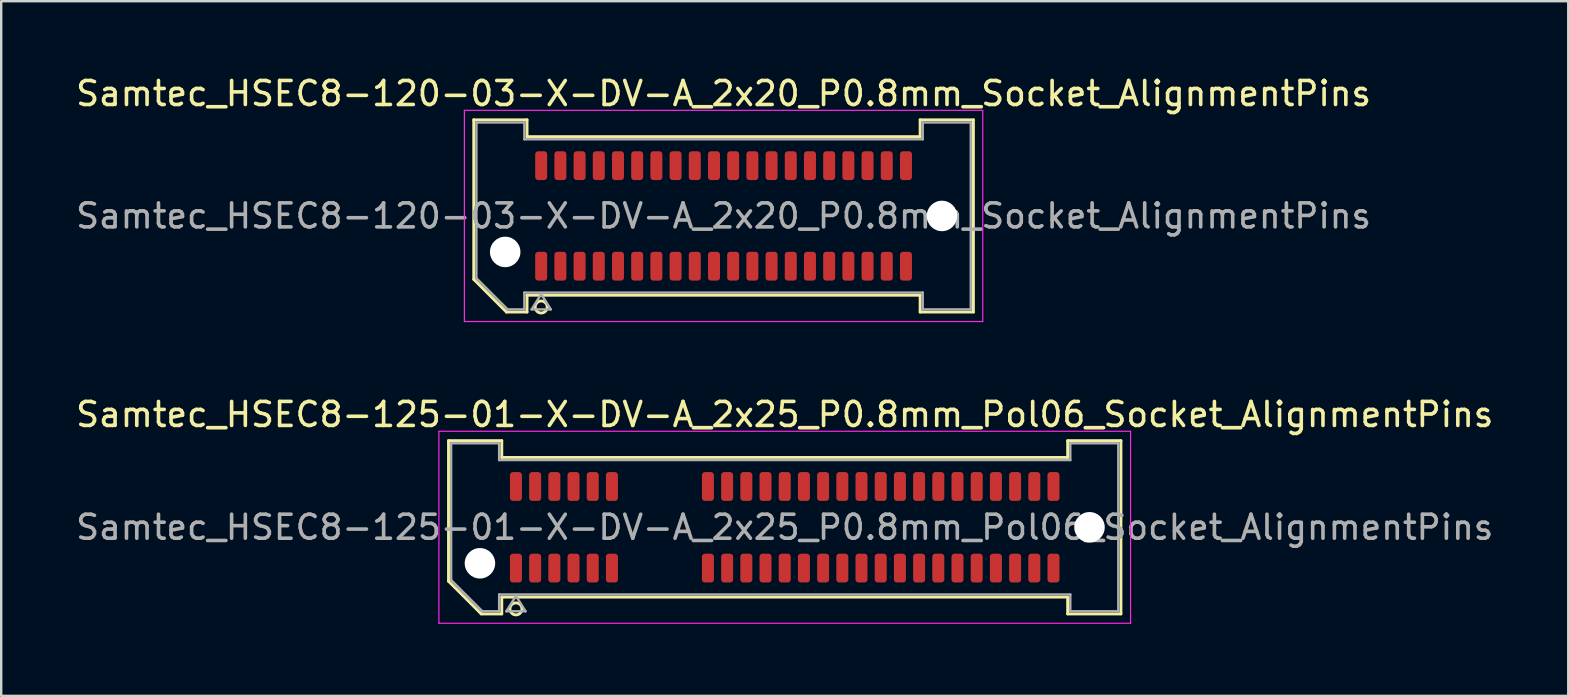
<source format=kicad_pcb>
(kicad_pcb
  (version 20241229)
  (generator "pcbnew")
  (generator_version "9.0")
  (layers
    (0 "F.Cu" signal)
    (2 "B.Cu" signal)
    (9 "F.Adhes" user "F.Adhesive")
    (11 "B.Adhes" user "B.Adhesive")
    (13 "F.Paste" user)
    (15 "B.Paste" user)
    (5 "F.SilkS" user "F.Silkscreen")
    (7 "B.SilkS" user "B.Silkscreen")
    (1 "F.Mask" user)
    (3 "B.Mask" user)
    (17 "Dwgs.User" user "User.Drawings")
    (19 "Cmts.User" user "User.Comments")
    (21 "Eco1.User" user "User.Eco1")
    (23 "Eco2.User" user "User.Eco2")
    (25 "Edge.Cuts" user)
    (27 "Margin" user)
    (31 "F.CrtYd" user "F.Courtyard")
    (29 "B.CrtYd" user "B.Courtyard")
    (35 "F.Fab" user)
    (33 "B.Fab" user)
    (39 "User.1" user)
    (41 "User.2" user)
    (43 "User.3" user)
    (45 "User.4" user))
  (footprint "Samtec_HSEC8-125-01-X-DV-A_2x25_P0.8mm_Pol06_Socket_AlignmentPins"
    (layer "F.Cu")
    (at 29.649 18.922)
    (property "Reference" "Samtec_HSEC8-125-01-X-DV-A_2x25_P0.8mm_Pol06_Socket_AlignmentPins" (at 0 -4.7 0) (layer "F.SilkS") (effects (font (size 1 1) (thickness 0.15))))
    (attr smd)
    (fp_line (start -14.01 -3.61) (end -11.79 -3.61) (stroke (width 0.12) (type solid)) (layer "F.SilkS"))
    (fp_line (start -14.01 2.246) (end -14.01 -3.61) (stroke (width 0.12) (type solid)) (layer "F.SilkS"))
    (fp_line (start -12.646 3.61) (end -14.01 2.246) (stroke (width 0.12) (type solid)) (layer "F.SilkS"))
    (fp_line (start -11.79 -3.61) (end -11.79 -2.91) (stroke (width 0.12) (type solid)) (layer "F.SilkS"))
    (fp_line (start -11.79 -2.91) (end 11.79 -2.91) (stroke (width 0.12) (type solid)) (layer "F.SilkS"))
    (fp_line (start -11.79 2.91) (end -11.79 3.61) (stroke (width 0.12) (type solid)) (layer "F.SilkS"))
    (fp_line (start -11.79 3.61) (end -12.646 3.61) (stroke (width 0.12) (type solid)) (layer "F.SilkS"))
    (fp_line (start 11.79 -3.61) (end 14.01 -3.61) (stroke (width 0.12) (type solid)) (layer "F.SilkS"))
    (fp_line (start 11.79 -2.91) (end 11.79 -3.61) (stroke (width 0.12) (type solid)) (layer "F.SilkS"))
    (fp_line (start 11.79 2.91) (end -11.79 2.91) (stroke (width 0.12) (type solid)) (layer "F.SilkS"))
    (fp_line (start 11.79 3.61) (end 11.79 2.91) (stroke (width 0.12) (type solid)) (layer "F.SilkS"))
    (fp_line (start 14.01 -3.61) (end 14.01 3.61) (stroke (width 0.12) (type solid)) (layer "F.SilkS"))
    (fp_line (start 14.01 3.61) (end 11.79 3.61) (stroke (width 0.12) (type solid)) (layer "F.SilkS"))
    (fp_arc (start -10.95 3.4) (mid -11.45 3.4) (end -10.95 3.4) (stroke (width 0.12) (type solid)) (layer "F.SilkS"))
    (fp_line (start -14.41 -4) (end -14.41 4) (stroke (width 0.05) (type solid)) (layer "F.CrtYd"))
    (fp_line (start -14.41 4) (end 14.41 4) (stroke (width 0.05) (type solid)) (layer "F.CrtYd"))
    (fp_line (start 14.41 -4) (end -14.41 -4) (stroke (width 0.05) (type solid)) (layer "F.CrtYd"))
    (fp_line (start 14.41 4) (end 14.41 -4) (stroke (width 0.05) (type solid)) (layer "F.CrtYd"))
    (fp_line (start -13.9 -3.5) (end -11.9 -3.5) (stroke (width 0.1) (type solid)) (layer "F.Fab"))
    (fp_line (start -13.9 2.2) (end -13.9 -3.5) (stroke (width 0.1) (type solid)) (layer "F.Fab"))
    (fp_line (start -12.6 3.5) (end -13.9 2.2) (stroke (width 0.1) (type solid)) (layer "F.Fab"))
    (fp_line (start -11.9 -3.5) (end -11.9 -2.8) (stroke (width 0.1) (type solid)) (layer "F.Fab"))
    (fp_line (start -11.9 -2.8) (end 11.9 -2.8) (stroke (width 0.1) (type solid)) (layer "F.Fab"))
    (fp_line (start -11.9 2.8) (end -11.9 3.5) (stroke (width 0.1) (type solid)) (layer "F.Fab"))
    (fp_line (start -11.9 3.5) (end -12.6 3.5) (stroke (width 0.1) (type solid)) (layer "F.Fab"))
    (fp_line (start -11.6 3.5) (end -11.2 2.86) (stroke (width 0.1) (type solid)) (layer "F.Fab"))
    (fp_line (start -11.2 2.86) (end -10.8 3.5) (stroke (width 0.1) (type solid)) (layer "F.Fab"))
    (fp_line (start -10.8 3.5) (end -11.6 3.5) (stroke (width 0.1) (type solid)) (layer "F.Fab"))
    (fp_line (start 11.9 -3.5) (end 13.9 -3.5) (stroke (width 0.1) (type solid)) (layer "F.Fab"))
    (fp_line (start 11.9 -2.8) (end 11.9 -3.5) (stroke (width 0.1) (type solid)) (layer "F.Fab"))
    (fp_line (start 11.9 2.8) (end -11.9 2.8) (stroke (width 0.1) (type solid)) (layer "F.Fab"))
    (fp_line (start 11.9 3.5) (end 11.9 2.8) (stroke (width 0.1) (type solid)) (layer "F.Fab"))
    (fp_line (start 13.9 -3.5) (end 13.9 3.5) (stroke (width 0.1) (type solid)) (layer "F.Fab"))
    (fp_line (start 13.9 3.5) (end 11.9 3.5) (stroke (width 0.1) (type solid)) (layer "F.Fab"))
    (fp_text user "${REFERENCE}" (at 0 0 0) (layer "F.Fab") (effects (font (size 1 1) (thickness 0.15))))
    (pad "" np_thru_hole circle (at -12.7 1.5) (size 1.27 1.27) (drill 1.27) (layers "*.Cu" "*.Mask"))
    (pad "" np_thru_hole circle (at 12.7 0) (size 1.27 1.27) (drill 1.27) (layers "*.Cu" "*.Mask"))
    (pad "1" smd roundrect (at -11.2 1.7) (size 0.5 1.2) (layers "F.Cu" "F.Mask" "F.Paste") (roundrect_rratio 0.25))
    (pad "2" smd roundrect (at -11.2 -1.7) (size 0.5 1.2) (layers "F.Cu" "F.Mask" "F.Paste") (roundrect_rratio 0.25))
    (pad "3" smd roundrect (at -10.4 1.7) (size 0.5 1.2) (layers "F.Cu" "F.Mask" "F.Paste") (roundrect_rratio 0.25))
    (pad "4" smd roundrect (at -10.4 -1.7) (size 0.5 1.2) (layers "F.Cu" "F.Mask" "F.Paste") (roundrect_rratio 0.25))
    (pad "5" smd roundrect (at -9.6 1.7) (size 0.5 1.2) (layers "F.Cu" "F.Mask" "F.Paste") (roundrect_rratio 0.25))
    (pad "6" smd roundrect (at -9.6 -1.7) (size 0.5 1.2) (layers "F.Cu" "F.Mask" "F.Paste") (roundrect_rratio 0.25))
    (pad "7" smd roundrect (at -8.8 1.7) (size 0.5 1.2) (layers "F.Cu" "F.Mask" "F.Paste") (roundrect_rratio 0.25))
    (pad "8" smd roundrect (at -8.8 -1.7) (size 0.5 1.2) (layers "F.Cu" "F.Mask" "F.Paste") (roundrect_rratio 0.25))
    (pad "9" smd roundrect (at -8 1.7) (size 0.5 1.2) (layers "F.Cu" "F.Mask" "F.Paste") (roundrect_rratio 0.25))
    (pad "10" smd roundrect (at -8 -1.7) (size 0.5 1.2) (layers "F.Cu" "F.Mask" "F.Paste") (roundrect_rratio 0.25))
    (pad "11" smd roundrect (at -7.2 1.7) (size 0.5 1.2) (layers "F.Cu" "F.Mask" "F.Paste") (roundrect_rratio 0.25))
    (pad "12" smd roundrect (at -7.2 -1.7) (size 0.5 1.2) (layers "F.Cu" "F.Mask" "F.Paste") (roundrect_rratio 0.25))
    (pad "13" smd roundrect (at -3.2 1.7) (size 0.5 1.2) (layers "F.Cu" "F.Mask" "F.Paste") (roundrect_rratio 0.25))
    (pad "14" smd roundrect (at -3.2 -1.7) (size 0.5 1.2) (layers "F.Cu" "F.Mask" "F.Paste") (roundrect_rratio 0.25))
    (pad "15" smd roundrect (at -2.4 1.7) (size 0.5 1.2) (layers "F.Cu" "F.Mask" "F.Paste") (roundrect_rratio 0.25))
    (pad "16" smd roundrect (at -2.4 -1.7) (size 0.5 1.2) (layers "F.Cu" "F.Mask" "F.Paste") (roundrect_rratio 0.25))
    (pad "17" smd roundrect (at -1.6 1.7) (size 0.5 1.2) (layers "F.Cu" "F.Mask" "F.Paste") (roundrect_rratio 0.25))
    (pad "18" smd roundrect (at -1.6 -1.7) (size 0.5 1.2) (layers "F.Cu" "F.Mask" "F.Paste") (roundrect_rratio 0.25))
    (pad "19" smd roundrect (at -0.8 1.7) (size 0.5 1.2) (layers "F.Cu" "F.Mask" "F.Paste") (roundrect_rratio 0.25))
    (pad "20" smd roundrect (at -0.8 -1.7) (size 0.5 1.2) (layers "F.Cu" "F.Mask" "F.Paste") (roundrect_rratio 0.25))
    (pad "21" smd roundrect (at 0 1.7) (size 0.5 1.2) (layers "F.Cu" "F.Mask" "F.Paste") (roundrect_rratio 0.25))
    (pad "22" smd roundrect (at 0 -1.7) (size 0.5 1.2) (layers "F.Cu" "F.Mask" "F.Paste") (roundrect_rratio 0.25))
    (pad "23" smd roundrect (at 0.8 1.7) (size 0.5 1.2) (layers "F.Cu" "F.Mask" "F.Paste") (roundrect_rratio 0.25))
    (pad "24" smd roundrect (at 0.8 -1.7) (size 0.5 1.2) (layers "F.Cu" "F.Mask" "F.Paste") (roundrect_rratio 0.25))
    (pad "25" smd roundrect (at 1.6 1.7) (size 0.5 1.2) (layers "F.Cu" "F.Mask" "F.Paste") (roundrect_rratio 0.25))
    (pad "26" smd roundrect (at 1.6 -1.7) (size 0.5 1.2) (layers "F.Cu" "F.Mask" "F.Paste") (roundrect_rratio 0.25))
    (pad "27" smd roundrect (at 2.4 1.7) (size 0.5 1.2) (layers "F.Cu" "F.Mask" "F.Paste") (roundrect_rratio 0.25))
    (pad "28" smd roundrect (at 2.4 -1.7) (size 0.5 1.2) (layers "F.Cu" "F.Mask" "F.Paste") (roundrect_rratio 0.25))
    (pad "29" smd roundrect (at 3.2 1.7) (size 0.5 1.2) (layers "F.Cu" "F.Mask" "F.Paste") (roundrect_rratio 0.25))
    (pad "30" smd roundrect (at 3.2 -1.7) (size 0.5 1.2) (layers "F.Cu" "F.Mask" "F.Paste") (roundrect_rratio 0.25))
    (pad "31" smd roundrect (at 4 1.7) (size 0.5 1.2) (layers "F.Cu" "F.Mask" "F.Paste") (roundrect_rratio 0.25))
    (pad "32" smd roundrect (at 4 -1.7) (size 0.5 1.2) (layers "F.Cu" "F.Mask" "F.Paste") (roundrect_rratio 0.25))
    (pad "33" smd roundrect (at 4.8 1.7) (size 0.5 1.2) (layers "F.Cu" "F.Mask" "F.Paste") (roundrect_rratio 0.25))
    (pad "34" smd roundrect (at 4.8 -1.7) (size 0.5 1.2) (layers "F.Cu" "F.Mask" "F.Paste") (roundrect_rratio 0.25))
    (pad "35" smd roundrect (at 5.6 1.7) (size 0.5 1.2) (layers "F.Cu" "F.Mask" "F.Paste") (roundrect_rratio 0.25))
    (pad "36" smd roundrect (at 5.6 -1.7) (size 0.5 1.2) (layers "F.Cu" "F.Mask" "F.Paste") (roundrect_rratio 0.25))
    (pad "37" smd roundrect (at 6.4 1.7) (size 0.5 1.2) (layers "F.Cu" "F.Mask" "F.Paste") (roundrect_rratio 0.25))
    (pad "38" smd roundrect (at 6.4 -1.7) (size 0.5 1.2) (layers "F.Cu" "F.Mask" "F.Paste") (roundrect_rratio 0.25))
    (pad "39" smd roundrect (at 7.2 1.7) (size 0.5 1.2) (layers "F.Cu" "F.Mask" "F.Paste") (roundrect_rratio 0.25))
    (pad "40" smd roundrect (at 7.2 -1.7) (size 0.5 1.2) (layers "F.Cu" "F.Mask" "F.Paste") (roundrect_rratio 0.25))
    (pad "41" smd roundrect (at 8 1.7) (size 0.5 1.2) (layers "F.Cu" "F.Mask" "F.Paste") (roundrect_rratio 0.25))
    (pad "42" smd roundrect (at 8 -1.7) (size 0.5 1.2) (layers "F.Cu" "F.Mask" "F.Paste") (roundrect_rratio 0.25))
    (pad "43" smd roundrect (at 8.8 1.7) (size 0.5 1.2) (layers "F.Cu" "F.Mask" "F.Paste") (roundrect_rratio 0.25))
    (pad "44" smd roundrect (at 8.8 -1.7) (size 0.5 1.2) (layers "F.Cu" "F.Mask" "F.Paste") (roundrect_rratio 0.25))
    (pad "45" smd roundrect (at 9.6 1.7) (size 0.5 1.2) (layers "F.Cu" "F.Mask" "F.Paste") (roundrect_rratio 0.25))
    (pad "46" smd roundrect (at 9.6 -1.7) (size 0.5 1.2) (layers "F.Cu" "F.Mask" "F.Paste") (roundrect_rratio 0.25))
    (pad "47" smd roundrect (at 10.4 1.7) (size 0.5 1.2) (layers "F.Cu" "F.Mask" "F.Paste") (roundrect_rratio 0.25))
    (pad "48" smd roundrect (at 10.4 -1.7) (size 0.5 1.2) (layers "F.Cu" "F.Mask" "F.Paste") (roundrect_rratio 0.25))
    (pad "49" smd roundrect (at 11.2 1.7) (size 0.5 1.2) (layers "F.Cu" "F.Mask" "F.Paste") (roundrect_rratio 0.25))
    (pad "50" smd roundrect (at 11.2 -1.7) (size 0.5 1.2) (layers "F.Cu" "F.Mask" "F.Paste") (roundrect_rratio 0.25)))
  (footprint "Samtec_HSEC8-120-03-X-DV-A_2x20_P0.8mm_Socket_AlignmentPins"
    (layer "F.Cu")
    (at 27.101 5.948)
    (property "Reference" "Samtec_HSEC8-120-03-X-DV-A_2x20_P0.8mm_Socket_AlignmentPins" (at 0 -5.1 0) (layer "F.SilkS") (effects (font (size 1 1) (thickness 0.15))))
    (attr smd)
    (fp_line (start -10.41 -4.005) (end -8.19 -4.005) (stroke (width 0.12) (type solid)) (layer "F.SilkS"))
    (fp_line (start -10.41 2.641) (end -10.41 -4.005) (stroke (width 0.12) (type solid)) (layer "F.SilkS"))
    (fp_line (start -9.046 4.005) (end -10.41 2.641) (stroke (width 0.12) (type solid)) (layer "F.SilkS"))
    (fp_line (start -8.19 -4.005) (end -8.19 -3.305) (stroke (width 0.12) (type solid)) (layer "F.SilkS"))
    (fp_line (start -8.19 -3.305) (end 8.19 -3.305) (stroke (width 0.12) (type solid)) (layer "F.SilkS"))
    (fp_line (start -8.19 3.305) (end -8.19 4.005) (stroke (width 0.12) (type solid)) (layer "F.SilkS"))
    (fp_line (start -8.19 4.005) (end -9.046 4.005) (stroke (width 0.12) (type solid)) (layer "F.SilkS"))
    (fp_line (start 8.19 -4.005) (end 10.41 -4.005) (stroke (width 0.12) (type solid)) (layer "F.SilkS"))
    (fp_line (start 8.19 -3.305) (end 8.19 -4.005) (stroke (width 0.12) (type solid)) (layer "F.SilkS"))
    (fp_line (start 8.19 3.305) (end -8.19 3.305) (stroke (width 0.12) (type solid)) (layer "F.SilkS"))
    (fp_line (start 8.19 4.005) (end 8.19 3.305) (stroke (width 0.12) (type solid)) (layer "F.SilkS"))
    (fp_line (start 10.41 -4.005) (end 10.41 4.005) (stroke (width 0.12) (type solid)) (layer "F.SilkS"))
    (fp_line (start 10.41 4.005) (end 8.19 4.005) (stroke (width 0.12) (type solid)) (layer "F.SilkS"))
    (fp_arc (start -7.35 3.795) (mid -7.85 3.795) (end -7.35 3.795) (stroke (width 0.12) (type solid)) (layer "F.SilkS"))
    (fp_line (start -10.8 -4.4) (end -10.8 4.4) (stroke (width 0.05) (type solid)) (layer "F.CrtYd"))
    (fp_line (start -10.8 4.4) (end 10.8 4.4) (stroke (width 0.05) (type solid)) (layer "F.CrtYd"))
    (fp_line (start 10.8 -4.4) (end -10.8 -4.4) (stroke (width 0.05) (type solid)) (layer "F.CrtYd"))
    (fp_line (start 10.8 4.4) (end 10.8 -4.4) (stroke (width 0.05) (type solid)) (layer "F.CrtYd"))
    (fp_line (start -10.3 -3.895) (end -8.3 -3.895) (stroke (width 0.1) (type solid)) (layer "F.Fab"))
    (fp_line (start -10.3 2.595) (end -10.3 -3.895) (stroke (width 0.1) (type solid)) (layer "F.Fab"))
    (fp_line (start -9 3.895) (end -10.3 2.595) (stroke (width 0.1) (type solid)) (layer "F.Fab"))
    (fp_line (start -8.3 -3.895) (end -8.3 -3.195) (stroke (width 0.1) (type solid)) (layer "F.Fab"))
    (fp_line (start -8.3 -3.195) (end 8.3 -3.195) (stroke (width 0.1) (type solid)) (layer "F.Fab"))
    (fp_line (start -8.3 3.195) (end -8.3 3.895) (stroke (width 0.1) (type solid)) (layer "F.Fab"))
    (fp_line (start -8.3 3.895) (end -9 3.895) (stroke (width 0.1) (type solid)) (layer "F.Fab"))
    (fp_line (start -8 3.895) (end -7.6 3.255) (stroke (width 0.1) (type solid)) (layer "F.Fab"))
    (fp_line (start -7.6 3.255) (end -7.2 3.895) (stroke (width 0.1) (type solid)) (layer "F.Fab"))
    (fp_line (start -7.2 3.895) (end -8 3.895) (stroke (width 0.1) (type solid)) (layer "F.Fab"))
    (fp_line (start 8.3 -3.895) (end 10.3 -3.895) (stroke (width 0.1) (type solid)) (layer "F.Fab"))
    (fp_line (start 8.3 -3.195) (end 8.3 -3.895) (stroke (width 0.1) (type solid)) (layer "F.Fab"))
    (fp_line (start 8.3 3.195) (end -8.3 3.195) (stroke (width 0.1) (type solid)) (layer "F.Fab"))
    (fp_line (start 8.3 3.895) (end 8.3 3.195) (stroke (width 0.1) (type solid)) (layer "F.Fab"))
    (fp_line (start 10.3 -3.895) (end 10.3 3.895) (stroke (width 0.1) (type solid)) (layer "F.Fab"))
    (fp_line (start 10.3 3.895) (end 8.3 3.895) (stroke (width 0.1) (type solid)) (layer "F.Fab"))
    (fp_text user "${REFERENCE}" (at 0 0 0) (layer "F.Fab") (effects (font (size 1 1) (thickness 0.15))))
    (pad "" np_thru_hole circle (at -9.1 1.5) (size 1.27 1.27) (drill 1.27) (layers "*.Cu" "*.Mask"))
    (pad "" np_thru_hole circle (at 9.1 0) (size 1.27 1.27) (drill 1.27) (layers "*.Cu" "*.Mask"))
    (pad "1" smd roundrect (at -7.6 2.095) (size 0.5 1.2) (layers "F.Cu" "F.Mask" "F.Paste") (roundrect_rratio 0.25))
    (pad "2" smd roundrect (at -7.6 -2.095) (size 0.5 1.2) (layers "F.Cu" "F.Mask" "F.Paste") (roundrect_rratio 0.25))
    (pad "3" smd roundrect (at -6.8 2.095) (size 0.5 1.2) (layers "F.Cu" "F.Mask" "F.Paste") (roundrect_rratio 0.25))
    (pad "4" smd roundrect (at -6.8 -2.095) (size 0.5 1.2) (layers "F.Cu" "F.Mask" "F.Paste") (roundrect_rratio 0.25))
    (pad "5" smd roundrect (at -6 2.095) (size 0.5 1.2) (layers "F.Cu" "F.Mask" "F.Paste") (roundrect_rratio 0.25))
    (pad "6" smd roundrect (at -6 -2.095) (size 0.5 1.2) (layers "F.Cu" "F.Mask" "F.Paste") (roundrect_rratio 0.25))
    (pad "7" smd roundrect (at -5.2 2.095) (size 0.5 1.2) (layers "F.Cu" "F.Mask" "F.Paste") (roundrect_rratio 0.25))
    (pad "8" smd roundrect (at -5.2 -2.095) (size 0.5 1.2) (layers "F.Cu" "F.Mask" "F.Paste") (roundrect_rratio 0.25))
    (pad "9" smd roundrect (at -4.4 2.095) (size 0.5 1.2) (layers "F.Cu" "F.Mask" "F.Paste") (roundrect_rratio 0.25))
    (pad "10" smd roundrect (at -4.4 -2.095) (size 0.5 1.2) (layers "F.Cu" "F.Mask" "F.Paste") (roundrect_rratio 0.25))
    (pad "11" smd roundrect (at -3.6 2.095) (size 0.5 1.2) (layers "F.Cu" "F.Mask" "F.Paste") (roundrect_rratio 0.25))
    (pad "12" smd roundrect (at -3.6 -2.095) (size 0.5 1.2) (layers "F.Cu" "F.Mask" "F.Paste") (roundrect_rratio 0.25))
    (pad "13" smd roundrect (at -2.8 2.095) (size 0.5 1.2) (layers "F.Cu" "F.Mask" "F.Paste") (roundrect_rratio 0.25))
    (pad "14" smd roundrect (at -2.8 -2.095) (size 0.5 1.2) (layers "F.Cu" "F.Mask" "F.Paste") (roundrect_rratio 0.25))
    (pad "15" smd roundrect (at -2 2.095) (size 0.5 1.2) (layers "F.Cu" "F.Mask" "F.Paste") (roundrect_rratio 0.25))
    (pad "16" smd roundrect (at -2 -2.095) (size 0.5 1.2) (layers "F.Cu" "F.Mask" "F.Paste") (roundrect_rratio 0.25))
    (pad "17" smd roundrect (at -1.2 2.095) (size 0.5 1.2) (layers "F.Cu" "F.Mask" "F.Paste") (roundrect_rratio 0.25))
    (pad "18" smd roundrect (at -1.2 -2.095) (size 0.5 1.2) (layers "F.Cu" "F.Mask" "F.Paste") (roundrect_rratio 0.25))
    (pad "19" smd roundrect (at -0.4 2.095) (size 0.5 1.2) (layers "F.Cu" "F.Mask" "F.Paste") (roundrect_rratio 0.25))
    (pad "20" smd roundrect (at -0.4 -2.095) (size 0.5 1.2) (layers "F.Cu" "F.Mask" "F.Paste") (roundrect_rratio 0.25))
    (pad "21" smd roundrect (at 0.4 2.095) (size 0.5 1.2) (layers "F.Cu" "F.Mask" "F.Paste") (roundrect_rratio 0.25))
    (pad "22" smd roundrect (at 0.4 -2.095) (size 0.5 1.2) (layers "F.Cu" "F.Mask" "F.Paste") (roundrect_rratio 0.25))
    (pad "23" smd roundrect (at 1.2 2.095) (size 0.5 1.2) (layers "F.Cu" "F.Mask" "F.Paste") (roundrect_rratio 0.25))
    (pad "24" smd roundrect (at 1.2 -2.095) (size 0.5 1.2) (layers "F.Cu" "F.Mask" "F.Paste") (roundrect_rratio 0.25))
    (pad "25" smd roundrect (at 2 2.095) (size 0.5 1.2) (layers "F.Cu" "F.Mask" "F.Paste") (roundrect_rratio 0.25))
    (pad "26" smd roundrect (at 2 -2.095) (size 0.5 1.2) (layers "F.Cu" "F.Mask" "F.Paste") (roundrect_rratio 0.25))
    (pad "27" smd roundrect (at 2.8 2.095) (size 0.5 1.2) (layers "F.Cu" "F.Mask" "F.Paste") (roundrect_rratio 0.25))
    (pad "28" smd roundrect (at 2.8 -2.095) (size 0.5 1.2) (layers "F.Cu" "F.Mask" "F.Paste") (roundrect_rratio 0.25))
    (pad "29" smd roundrect (at 3.6 2.095) (size 0.5 1.2) (layers "F.Cu" "F.Mask" "F.Paste") (roundrect_rratio 0.25))
    (pad "30" smd roundrect (at 3.6 -2.095) (size 0.5 1.2) (layers "F.Cu" "F.Mask" "F.Paste") (roundrect_rratio 0.25))
    (pad "31" smd roundrect (at 4.4 2.095) (size 0.5 1.2) (layers "F.Cu" "F.Mask" "F.Paste") (roundrect_rratio 0.25))
    (pad "32" smd roundrect (at 4.4 -2.095) (size 0.5 1.2) (layers "F.Cu" "F.Mask" "F.Paste") (roundrect_rratio 0.25))
    (pad "33" smd roundrect (at 5.2 2.095) (size 0.5 1.2) (layers "F.Cu" "F.Mask" "F.Paste") (roundrect_rratio 0.25))
    (pad "34" smd roundrect (at 5.2 -2.095) (size 0.5 1.2) (layers "F.Cu" "F.Mask" "F.Paste") (roundrect_rratio 0.25))
    (pad "35" smd roundrect (at 6 2.095) (size 0.5 1.2) (layers "F.Cu" "F.Mask" "F.Paste") (roundrect_rratio 0.25))
    (pad "36" smd roundrect (at 6 -2.095) (size 0.5 1.2) (layers "F.Cu" "F.Mask" "F.Paste") (roundrect_rratio 0.25))
    (pad "37" smd roundrect (at 6.8 2.095) (size 0.5 1.2) (layers "F.Cu" "F.Mask" "F.Paste") (roundrect_rratio 0.25))
    (pad "38" smd roundrect (at 6.8 -2.095) (size 0.5 1.2) (layers "F.Cu" "F.Mask" "F.Paste") (roundrect_rratio 0.25))
    (pad "39" smd roundrect (at 7.6 2.095) (size 0.5 1.2) (layers "F.Cu" "F.Mask" "F.Paste") (roundrect_rratio 0.25))
    (pad "40" smd roundrect (at 7.6 -2.095) (size 0.5 1.2) (layers "F.Cu" "F.Mask" "F.Paste") (roundrect_rratio 0.25)))
  (gr_rect
    (start -3 -3)
    (end 62.298 25.947)
    (stroke (width 0.1) (type default))
    (fill no)
    (layer "Edge.Cuts")))
</source>
